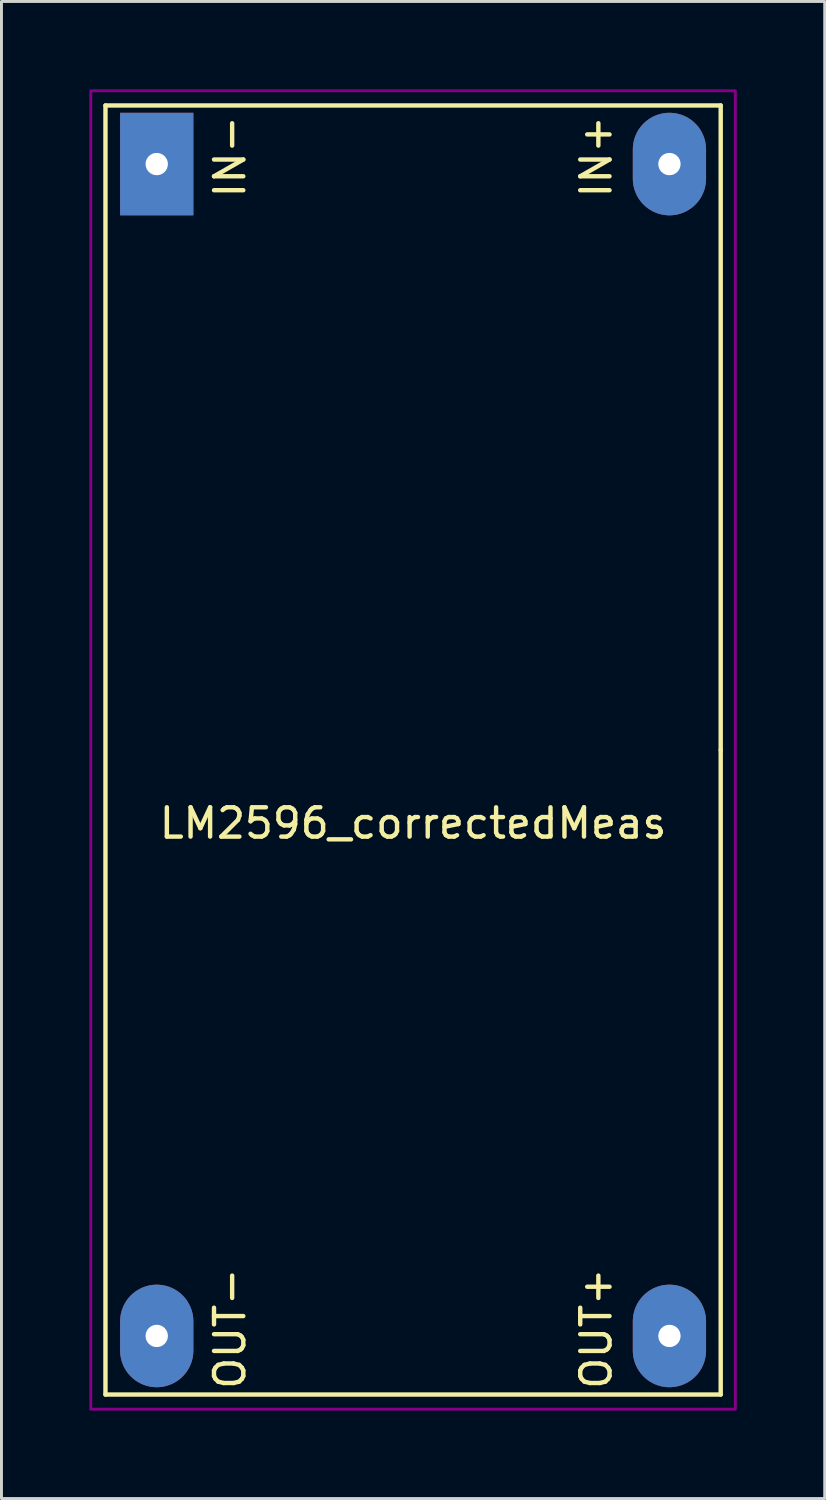
<source format=kicad_pcb>
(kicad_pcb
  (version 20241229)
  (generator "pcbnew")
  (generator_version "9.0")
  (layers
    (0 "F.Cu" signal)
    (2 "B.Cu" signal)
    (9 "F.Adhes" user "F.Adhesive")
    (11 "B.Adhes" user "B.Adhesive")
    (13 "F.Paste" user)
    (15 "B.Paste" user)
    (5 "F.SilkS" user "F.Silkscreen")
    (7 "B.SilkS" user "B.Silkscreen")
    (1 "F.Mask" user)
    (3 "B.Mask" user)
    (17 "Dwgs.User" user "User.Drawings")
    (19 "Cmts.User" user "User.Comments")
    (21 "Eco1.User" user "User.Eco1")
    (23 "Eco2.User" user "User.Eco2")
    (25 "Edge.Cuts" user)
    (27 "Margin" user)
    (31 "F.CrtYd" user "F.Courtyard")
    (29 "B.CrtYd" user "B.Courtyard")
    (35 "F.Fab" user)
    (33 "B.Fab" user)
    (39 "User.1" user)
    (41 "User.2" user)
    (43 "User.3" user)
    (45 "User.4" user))
  (footprint "LM2596_correctedMeas"
    (layer "F.Cu")
    (at 11.05 22.55)
    (property "Reference" "LM2596_correctedMeas" (at 0 2.5 180) (layer "F.SilkS") (effects (font (size 1 1) (thickness 0.15))))
    (attr through_hole)
    (fp_line (start -10.5 -22) (end -10.5 22) (stroke (width 0.15) (type solid)) (layer "F.SilkS"))
    (fp_line (start -10.5 22) (end 10.5 22) (stroke (width 0.15) (type solid)) (layer "F.SilkS"))
    (fp_line (start 10.5 -22) (end -10.5 -22) (stroke (width 0.15) (type solid)) (layer "F.SilkS"))
    (fp_line (start 10.5 0) (end 10.5 -22) (stroke (width 0.15) (type solid)) (layer "F.SilkS"))
    (fp_line (start 10.5 22) (end 10.5 0) (stroke (width 0.15) (type solid)) (layer "F.SilkS"))
    (fp_rect (start -11 -22.5) (end 11 22.5) (stroke (width 0.1) (type default)) (fill no) (layer "F.Adhes"))
    (fp_text user "OUT-" (at -6.25 19.75 270) (layer "F.SilkS") (effects (font (size 1 1) (thickness 0.15))))
    (fp_text user "IN-" (at -6.25 -20.25 270) (layer "F.SilkS") (effects (font (size 1 1) (thickness 0.15))))
    (fp_text user "IN+" (at 6.25 -20.25 270) (layer "F.SilkS") (effects (font (size 1 1) (thickness 0.15))))
    (fp_text user "OUT+" (at 6.25 19.75 270) (layer "F.SilkS") (effects (font (size 1 1) (thickness 0.15))))
    (pad "1" thru_hole rect (at -8.75 -20) (size 2.5 3.5) (drill 0.762) (layers "*.Cu" "*.Mask"))
    (pad "2" thru_hole oval (at 8.75 -20) (size 2.5 3.5) (drill 0.762) (layers "*.Cu" "*.Mask"))
    (pad "3" thru_hole oval (at -8.75 20) (size 2.5 3.5) (drill 0.762) (layers "*.Cu" "*.Mask"))
    (pad "4" thru_hole oval (at 8.75 20) (size 2.5 3.5) (drill 0.762) (layers "*.Cu" "*.Mask")))
  (gr_rect
    (start -3 -3)
    (end 25.1 48.1)
    (stroke (width 0.1) (type default))
    (fill no)
    (layer "Edge.Cuts")))
</source>
